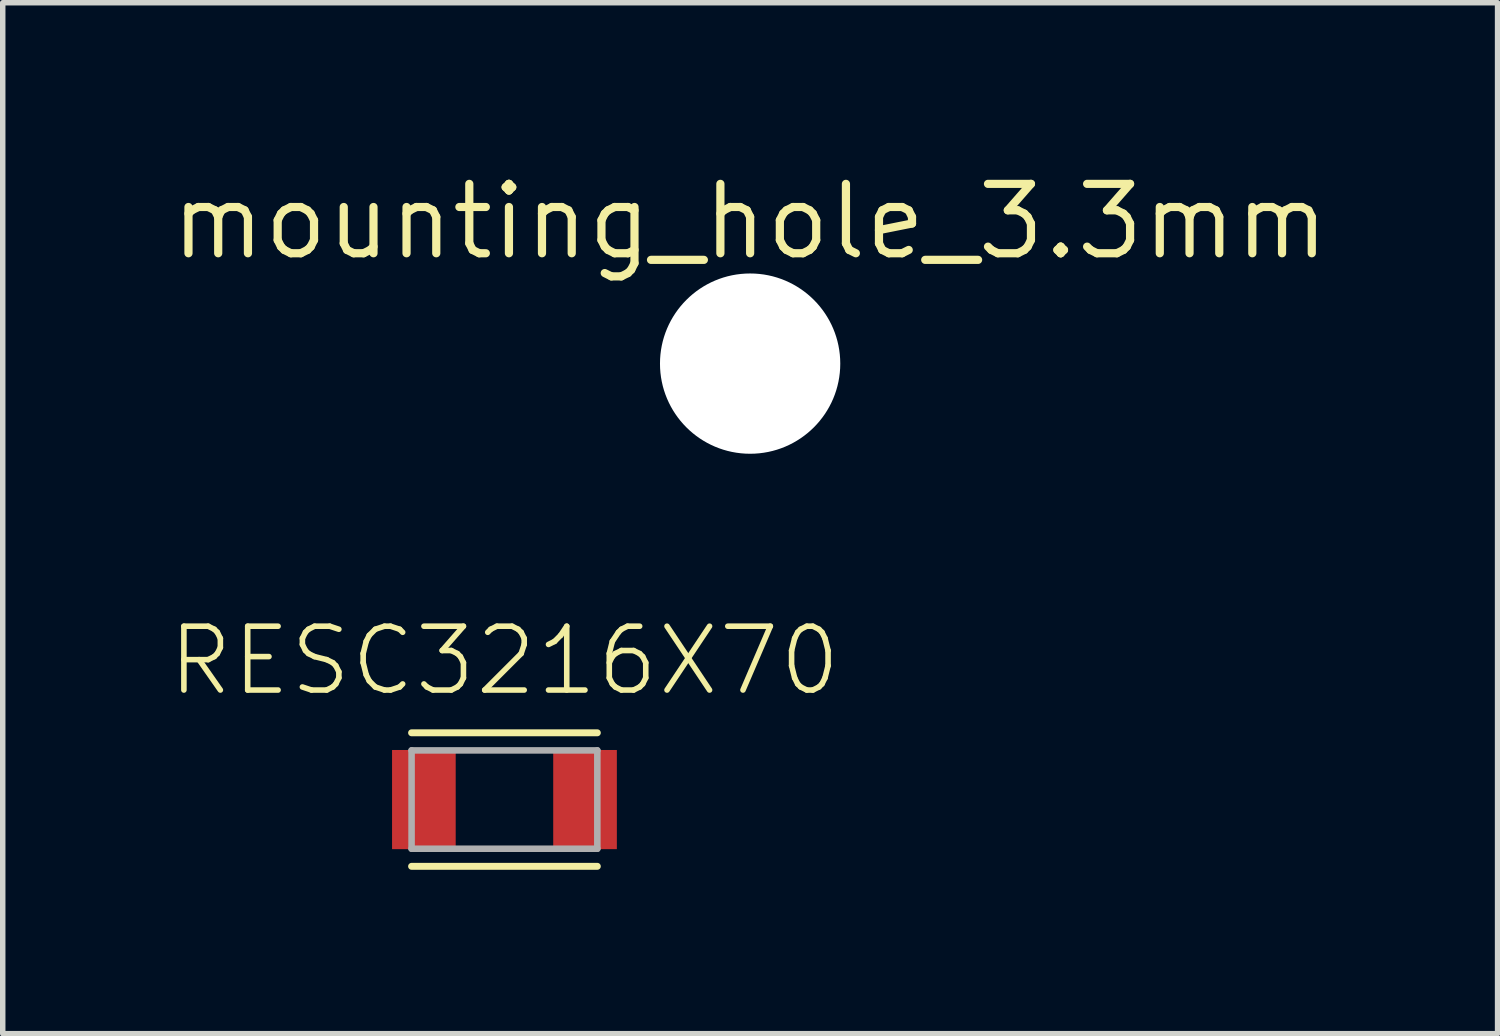
<source format=kicad_pcb>
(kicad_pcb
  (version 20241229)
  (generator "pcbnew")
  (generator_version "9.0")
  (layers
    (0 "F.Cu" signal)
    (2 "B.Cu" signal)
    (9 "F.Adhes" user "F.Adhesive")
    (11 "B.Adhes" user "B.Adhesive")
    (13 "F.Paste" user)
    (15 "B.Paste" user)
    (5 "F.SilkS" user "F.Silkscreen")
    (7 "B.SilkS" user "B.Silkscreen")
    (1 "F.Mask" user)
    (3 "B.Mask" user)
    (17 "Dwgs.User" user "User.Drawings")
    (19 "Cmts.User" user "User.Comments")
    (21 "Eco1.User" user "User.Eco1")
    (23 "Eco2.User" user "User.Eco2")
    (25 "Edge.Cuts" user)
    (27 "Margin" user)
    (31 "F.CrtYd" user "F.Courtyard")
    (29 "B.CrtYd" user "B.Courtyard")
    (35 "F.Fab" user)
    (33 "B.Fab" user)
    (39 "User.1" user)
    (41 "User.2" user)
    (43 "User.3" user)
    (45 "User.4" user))
  (footprint "RESC3216X70"
    (layer "F.Cu")
    (at 6.184 11.586)
    (property "Reference" "RESC3216X70" (at 0 -1.857 0) (unlocked yes) (layer "F.SilkS") (effects (font (size 1.168 1.168) (thickness 0.102)) (justify bottom)))
    (fp_line (start 1.7 -1.222) (end -1.7 -1.222) (stroke (width 0.127) (type solid)) (layer "F.SilkS"))
    (fp_line (start 1.7 1.222) (end -1.7 1.222) (stroke (width 0.127) (type solid)) (layer "F.SilkS"))
    (fp_line (start -1.7 -0.9) (end 1.7 -0.9) (stroke (width 0.12) (type solid)) (layer "F.Fab"))
    (fp_line (start -1.7 0.9) (end -1.7 -0.9) (stroke (width 0.12) (type solid)) (layer "F.Fab"))
    (fp_line (start 1.7 -0.9) (end 1.7 0.9) (stroke (width 0.12) (type solid)) (layer "F.Fab"))
    (fp_line (start 1.7 0.9) (end -1.7 0.9) (stroke (width 0.12) (type solid)) (layer "F.Fab"))
    (pad "1" smd rect (at -1.475 0) (size 1.165 1.815) (layers "F.Cu" "F.Mask" "F.Paste"))
    (pad "2" smd rect (at 1.475 0) (size 1.165 1.815) (layers "F.Cu" "F.Mask" "F.Paste")))
  (footprint "mounting_hole_3.3mm"
    (layer "F.Cu")
    (at 10.681 3.606)
    (property "Reference" "mounting_hole_3.3mm" (at 0 -2.6 0) (unlocked yes) (layer "F.SilkS") (effects (font (size 1.27 1.27) (thickness 0.15))))
    (pad "" np_thru_hole circle (at 0 0) (size 3.3 3.3) (drill 3.3) (layers "*.Cu" "*.Mask")))
  (gr_rect
    (start -3 -3)
    (end 24.363 15.871)
    (stroke (width 0.1) (type default))
    (fill no)
    (layer "Edge.Cuts")))
</source>
